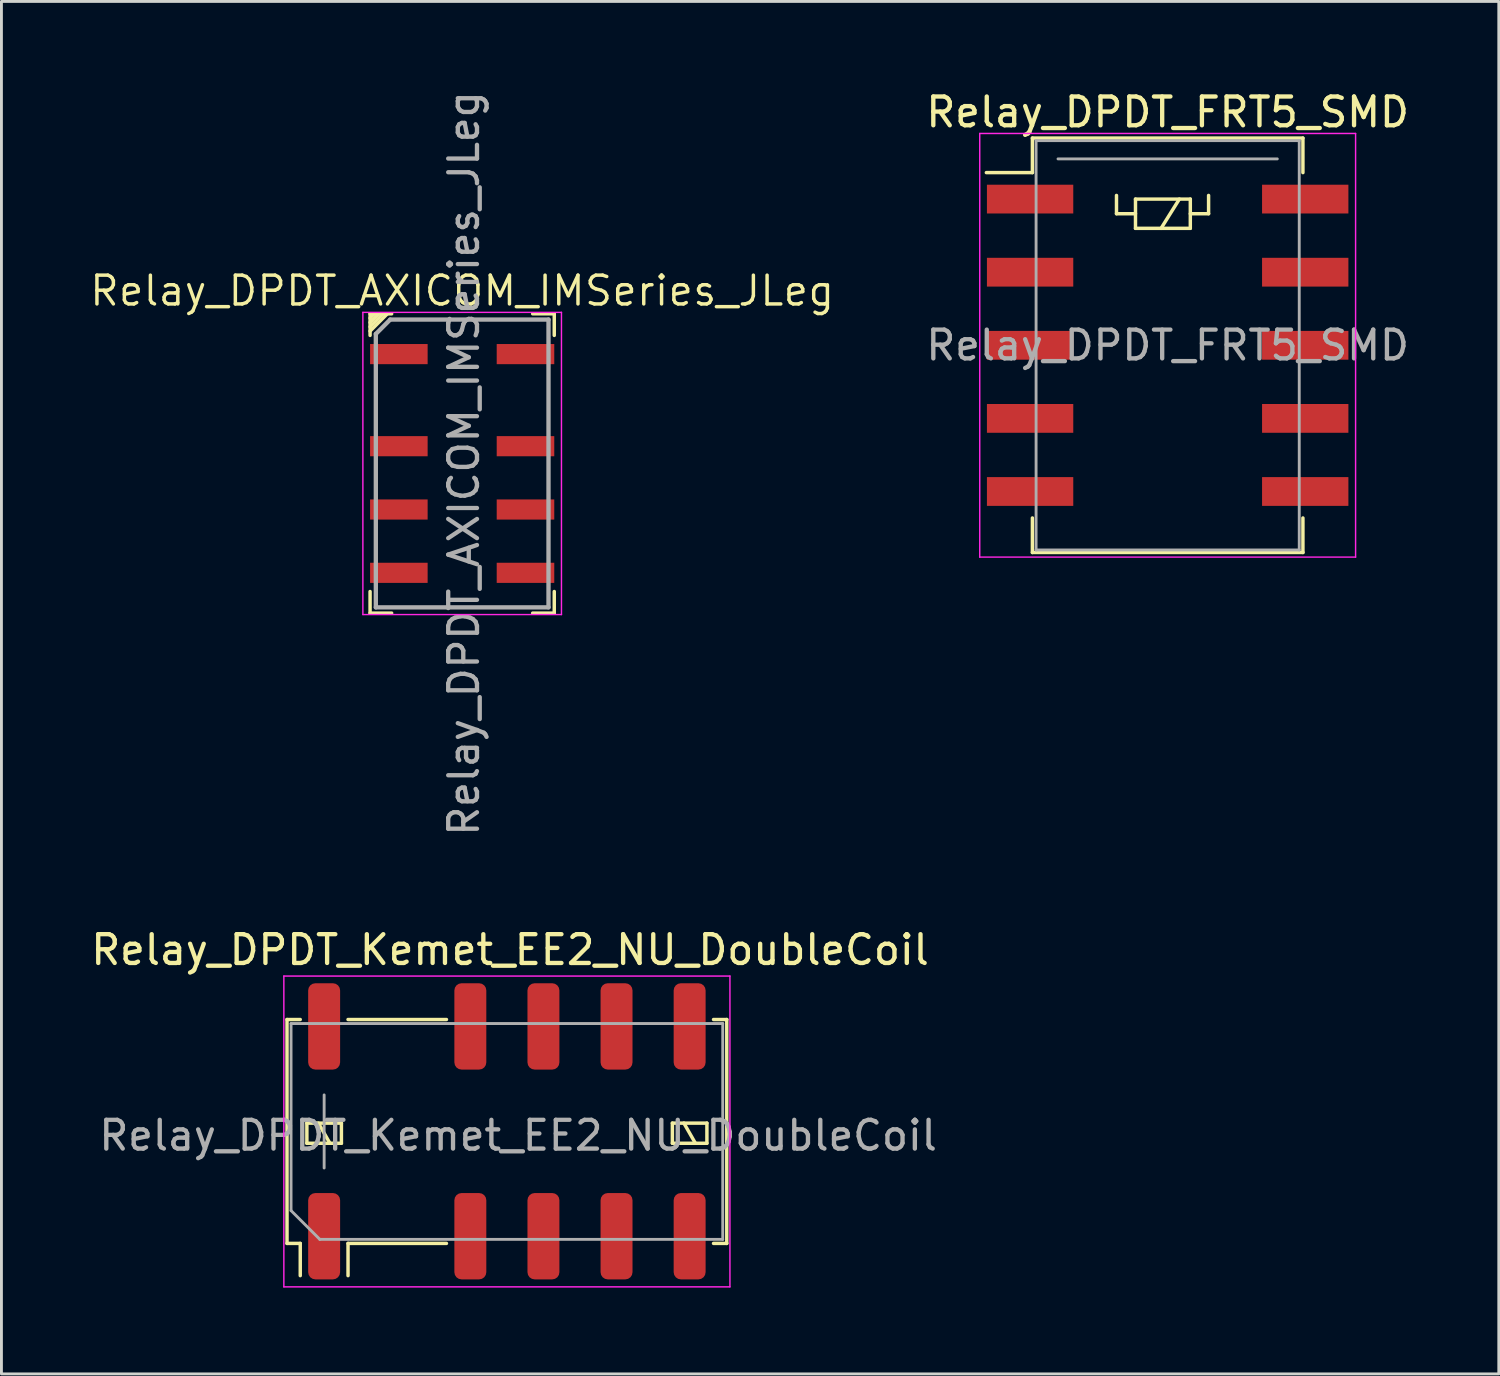
<source format=kicad_pcb>
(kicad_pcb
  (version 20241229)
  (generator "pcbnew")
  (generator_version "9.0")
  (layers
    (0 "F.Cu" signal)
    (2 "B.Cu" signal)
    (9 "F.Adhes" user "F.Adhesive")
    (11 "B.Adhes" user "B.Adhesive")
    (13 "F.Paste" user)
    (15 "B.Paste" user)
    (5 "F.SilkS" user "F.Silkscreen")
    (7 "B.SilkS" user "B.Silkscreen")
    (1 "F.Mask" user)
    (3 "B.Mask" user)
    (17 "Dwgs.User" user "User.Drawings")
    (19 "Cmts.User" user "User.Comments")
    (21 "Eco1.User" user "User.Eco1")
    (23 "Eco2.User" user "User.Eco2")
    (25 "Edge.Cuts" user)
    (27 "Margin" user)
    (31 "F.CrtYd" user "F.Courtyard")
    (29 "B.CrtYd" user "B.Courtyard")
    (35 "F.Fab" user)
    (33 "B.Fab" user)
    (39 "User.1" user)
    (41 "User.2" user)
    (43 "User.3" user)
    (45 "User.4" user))
  (footprint "Relay_DPDT_Kemet_EE2_NU_DoubleCoil"
    (layer "F.Cu")
    (at 14.563 36.26)
    (property "Reference" "Relay_DPDT_Kemet_EE2_NU_DoubleCoil" (at 0.11 -6.305 180) (layer "F.SilkS") (effects (font (size 1 1) (thickness 0.15))))
    (attr smd)
    (fp_line (start -7.64 -3.885) (end -7.64 3.895) (stroke (width 0.12) (type solid)) (layer "F.SilkS"))
    (fp_line (start -7.64 -3.885) (end -7.18 -3.885) (stroke (width 0.12) (type solid)) (layer "F.SilkS"))
    (fp_line (start -7.64 3.895) (end -7.18 3.895) (stroke (width 0.12) (type solid)) (layer "F.SilkS"))
    (fp_line (start -7.18 3.895) (end -7.18 5.015) (stroke (width 0.12) (type solid)) (layer "F.SilkS"))
    (fp_line (start -6.95 -0.285) (end -6.95 0.415) (stroke (width 0.12) (type solid)) (layer "F.SilkS"))
    (fp_line (start -6.95 0.415) (end -5.75 0.415) (stroke (width 0.12) (type solid)) (layer "F.SilkS"))
    (fp_line (start -6.15 0.415) (end -6.55 -0.285) (stroke (width 0.12) (type solid)) (layer "F.SilkS"))
    (fp_line (start -5.75 -0.285) (end -6.95 -0.285) (stroke (width 0.12) (type solid)) (layer "F.SilkS"))
    (fp_line (start -5.75 0.415) (end -5.75 -0.285) (stroke (width 0.12) (type solid)) (layer "F.SilkS"))
    (fp_line (start -5.52 -3.885) (end -2.1 -3.885) (stroke (width 0.12) (type solid)) (layer "F.SilkS"))
    (fp_line (start -5.52 3.895) (end -5.52 5.015) (stroke (width 0.12) (type solid)) (layer "F.SilkS"))
    (fp_line (start -5.52 3.895) (end -2.1 3.895) (stroke (width 0.12) (type solid)) (layer "F.SilkS"))
    (fp_line (start 5.75 -0.285) (end 5.75 0.415) (stroke (width 0.12) (type solid)) (layer "F.SilkS"))
    (fp_line (start 5.75 0.415) (end 6.95 0.415) (stroke (width 0.12) (type solid)) (layer "F.SilkS"))
    (fp_line (start 6.55 0.415) (end 6.15 -0.285) (stroke (width 0.12) (type solid)) (layer "F.SilkS"))
    (fp_line (start 6.95 -0.285) (end 5.75 -0.285) (stroke (width 0.12) (type solid)) (layer "F.SilkS"))
    (fp_line (start 6.95 0.415) (end 6.95 -0.285) (stroke (width 0.12) (type solid)) (layer "F.SilkS"))
    (fp_line (start 7.18 -3.885) (end 7.64 -3.885) (stroke (width 0.12) (type solid)) (layer "F.SilkS"))
    (fp_line (start 7.18 3.895) (end 7.64 3.895) (stroke (width 0.12) (type solid)) (layer "F.SilkS"))
    (fp_line (start 7.64 -3.885) (end 7.64 3.895) (stroke (width 0.12) (type solid)) (layer "F.SilkS"))
    (fp_line (start -7.75 -5.395) (end -7.75 5.405) (stroke (width 0.05) (type solid)) (layer "F.CrtYd"))
    (fp_line (start -7.75 -5.395) (end 7.75 -5.395) (stroke (width 0.05) (type solid)) (layer "F.CrtYd"))
    (fp_line (start -7.75 5.405) (end 7.75 5.405) (stroke (width 0.05) (type solid)) (layer "F.CrtYd"))
    (fp_line (start 7.75 5.405) (end 7.75 -5.395) (stroke (width 0.05) (type solid)) (layer "F.CrtYd"))
    (fp_line (start -7.5 -3.745) (end -7.5 2.755) (stroke (width 0.1) (type solid)) (layer "F.Fab"))
    (fp_line (start -7.5 -3.745) (end 7.5 -3.745) (stroke (width 0.1) (type solid)) (layer "F.Fab"))
    (fp_line (start -6.5 3.755) (end -7.5 2.755) (stroke (width 0.1) (type solid)) (layer "F.Fab"))
    (fp_line (start -6.5 3.755) (end 7.5 3.755) (stroke (width 0.1) (type solid)) (layer "F.Fab"))
    (fp_line (start -6.35 1.275) (end -6.35 -1.265) (stroke (width 0.1) (type solid)) (layer "F.Fab"))
    (fp_line (start 7.5 -3.745) (end 7.5 3.755) (stroke (width 0.1) (type solid)) (layer "F.Fab"))
    (fp_text user "${REFERENCE}" (at 0.39 0.145 180) (layer "F.Fab") (effects (font (size 1 1) (thickness 0.15))))
    (pad "1" smd roundrect (at -6.35 3.645) (size 1.11 3) (layers "F.Cu" "F.Mask" "F.Paste") (roundrect_rratio 0.225))
    (pad "3" smd roundrect (at -1.27 3.645) (size 1.11 3) (layers "F.Cu" "F.Mask" "F.Paste") (roundrect_rratio 0.225))
    (pad "4" smd roundrect (at 1.27 3.645) (size 1.11 3) (layers "F.Cu" "F.Mask" "F.Paste") (roundrect_rratio 0.225))
    (pad "5" smd roundrect (at 3.81 3.645) (size 1.11 3) (layers "F.Cu" "F.Mask" "F.Paste") (roundrect_rratio 0.225))
    (pad "6" smd roundrect (at 6.35 3.645) (size 1.11 3) (layers "F.Cu" "F.Mask" "F.Paste") (roundrect_rratio 0.225))
    (pad "7" smd roundrect (at 6.35 -3.645) (size 1.11 3) (layers "F.Cu" "F.Mask" "F.Paste") (roundrect_rratio 0.225))
    (pad "8" smd roundrect (at 3.81 -3.645) (size 1.11 3) (layers "F.Cu" "F.Mask" "F.Paste") (roundrect_rratio 0.225))
    (pad "9" smd roundrect (at 1.27 -3.645) (size 1.11 3) (layers "F.Cu" "F.Mask" "F.Paste") (roundrect_rratio 0.225))
    (pad "10" smd roundrect (at -1.27 -3.645) (size 1.11 3) (layers "F.Cu" "F.Mask" "F.Paste") (roundrect_rratio 0.225))
    (pad "12" smd roundrect (at -6.35 -3.645) (size 1.11 3) (layers "F.Cu" "F.Mask" "F.Paste") (roundrect_rratio 0.225)))
  (footprint "Relay_DPDT_AXICOM_IMSeries_JLeg"
    (layer "F.Cu")
    (at 13.009 13.054)
    (property "Reference" "Relay_DPDT_AXICOM_IMSeries_JLeg" (at 0 -6 0) (layer "F.SilkS") (effects (font (size 1 1) (thickness 0.12))))
    (attr smd)
    (fp_line (start -3.2 -5.2) (end -3.2 -4.45) (stroke (width 0.12) (type solid)) (layer "F.SilkS"))
    (fp_line (start -3.2 4.45) (end -3.2 5.2) (stroke (width 0.12) (type solid)) (layer "F.SilkS"))
    (fp_line (start -3.2 5.2) (end -2.45 5.2) (stroke (width 0.12) (type solid)) (layer "F.SilkS"))
    (fp_line (start -3.05 -5.2) (end -3.2 -5.05) (stroke (width 0.12) (type solid)) (layer "F.SilkS"))
    (fp_line (start -2.9 -5.2) (end -3.2 -4.9) (stroke (width 0.12) (type solid)) (layer "F.SilkS"))
    (fp_line (start -2.75 -5.2) (end -3.2 -4.75) (stroke (width 0.12) (type solid)) (layer "F.SilkS"))
    (fp_line (start -2.6 -5.2) (end -3.2 -4.6) (stroke (width 0.12) (type solid)) (layer "F.SilkS"))
    (fp_line (start -2.45 -5.2) (end -3.2 -5.2) (stroke (width 0.12) (type solid)) (layer "F.SilkS"))
    (fp_line (start 2.45 -5.2) (end 3.2 -5.2) (stroke (width 0.12) (type solid)) (layer "F.SilkS"))
    (fp_line (start 2.45 5.2) (end 3.2 5.2) (stroke (width 0.12) (type solid)) (layer "F.SilkS"))
    (fp_line (start 3.2 -5.2) (end 3.2 -4.45) (stroke (width 0.12) (type solid)) (layer "F.SilkS"))
    (fp_line (start 3.2 4.45) (end 3.2 5.2) (stroke (width 0.12) (type solid)) (layer "F.SilkS"))
    (fp_line (start -3.45 -5.25) (end -3.45 5.25) (stroke (width 0.05) (type solid)) (layer "F.CrtYd"))
    (fp_line (start -3.45 5.25) (end 3.45 5.25) (stroke (width 0.05) (type solid)) (layer "F.CrtYd"))
    (fp_line (start 3.45 -5.25) (end -3.45 -5.25) (stroke (width 0.05) (type solid)) (layer "F.CrtYd"))
    (fp_line (start 3.45 5.25) (end 3.45 -5.25) (stroke (width 0.05) (type solid)) (layer "F.CrtYd"))
    (fp_line (start -3 -4.5) (end -2.5 -5) (stroke (width 0.15) (type solid)) (layer "F.Fab"))
    (fp_line (start -3 5) (end -3 -4.5) (stroke (width 0.15) (type solid)) (layer "F.Fab"))
    (fp_line (start -2.5 -5) (end 3 -5) (stroke (width 0.15) (type solid)) (layer "F.Fab"))
    (fp_line (start 3 -5) (end 3 5) (stroke (width 0.15) (type solid)) (layer "F.Fab"))
    (fp_line (start 3 5) (end -3 5) (stroke (width 0.15) (type solid)) (layer "F.Fab"))
    (fp_text user "${REFERENCE}" (at 0.06 0 90) (layer "F.Fab") (effects (font (size 1 1) (thickness 0.15))))
    (pad "1" smd rect (at -2.2 -3.8) (size 2 0.7) (layers "F.Cu" "F.Mask" "F.Paste"))
    (pad "2" smd rect (at -2.2 -0.6) (size 2 0.7) (layers "F.Cu" "F.Mask" "F.Paste"))
    (pad "3" smd rect (at -2.2 1.6) (size 2 0.7) (layers "F.Cu" "F.Mask" "F.Paste"))
    (pad "4" smd rect (at -2.2 3.8) (size 2 0.7) (layers "F.Cu" "F.Mask" "F.Paste"))
    (pad "5" smd rect (at 2.2 3.8) (size 2 0.7) (layers "F.Cu" "F.Mask" "F.Paste"))
    (pad "6" smd rect (at 2.2 1.6) (size 2 0.7) (layers "F.Cu" "F.Mask" "F.Paste"))
    (pad "7" smd rect (at 2.2 -0.6) (size 2 0.7) (layers "F.Cu" "F.Mask" "F.Paste"))
    (pad "8" smd rect (at 2.2 -3.8) (size 2 0.7) (layers "F.Cu" "F.Mask" "F.Paste")))
  (footprint "Relay_DPDT_FRT5_SMD"
    (layer "F.Cu")
    (at 37.523 8.948)
    (property "Reference" "Relay_DPDT_FRT5_SMD" (at 0 -8.1 0) (layer "F.SilkS") (effects (font (size 1 1) (thickness 0.15))))
    (attr smd)
    (fp_line (start -4.7 -7.2) (end -4.7 -6) (stroke (width 0.12) (type solid)) (layer "F.SilkS"))
    (fp_line (start -4.7 -7.2) (end 4.7 -7.2) (stroke (width 0.12) (type solid)) (layer "F.SilkS"))
    (fp_line (start -4.7 -6) (end -6.3 -6) (stroke (width 0.12) (type solid)) (layer "F.SilkS"))
    (fp_line (start -4.7 7.2) (end -4.7 6) (stroke (width 0.12) (type solid)) (layer "F.SilkS"))
    (fp_line (start -1.778 -5.207) (end -1.778 -4.572) (stroke (width 0.12) (type solid)) (layer "F.SilkS"))
    (fp_line (start -1.778 -4.572) (end -1.118 -4.572) (stroke (width 0.12) (type solid)) (layer "F.SilkS"))
    (fp_line (start -1.118 -5.08) (end -1.118 -4.064) (stroke (width 0.12) (type solid)) (layer "F.SilkS"))
    (fp_line (start -1.118 -4.064) (end 0.787 -4.064) (stroke (width 0.12) (type solid)) (layer "F.SilkS"))
    (fp_line (start 0.406 -5.08) (end -0.229 -4.064) (stroke (width 0.12) (type solid)) (layer "F.SilkS"))
    (fp_line (start 0.787 -5.08) (end -1.118 -5.08) (stroke (width 0.12) (type solid)) (layer "F.SilkS"))
    (fp_line (start 0.787 -5.08) (end 0.787 -4.064) (stroke (width 0.12) (type solid)) (layer "F.SilkS"))
    (fp_line (start 1.422 -5.207) (end 1.422 -4.572) (stroke (width 0.12) (type solid)) (layer "F.SilkS"))
    (fp_line (start 1.422 -4.572) (end 0.787 -4.572) (stroke (width 0.12) (type solid)) (layer "F.SilkS"))
    (fp_line (start 4.7 -7.2) (end 4.7 -6) (stroke (width 0.12) (type solid)) (layer "F.SilkS"))
    (fp_line (start 4.7 7.2) (end -4.7 7.2) (stroke (width 0.12) (type solid)) (layer "F.SilkS"))
    (fp_line (start 4.7 7.2) (end 4.7 6) (stroke (width 0.12) (type solid)) (layer "F.SilkS"))
    (fp_line (start -6.53 -7.36) (end -6.53 7.36) (stroke (width 0.05) (type solid)) (layer "F.CrtYd"))
    (fp_line (start -6.53 -7.36) (end 6.53 -7.36) (stroke (width 0.05) (type solid)) (layer "F.CrtYd"))
    (fp_line (start 6.53 7.36) (end -6.53 7.36) (stroke (width 0.05) (type solid)) (layer "F.CrtYd"))
    (fp_line (start 6.53 7.36) (end 6.53 -7.36) (stroke (width 0.05) (type solid)) (layer "F.CrtYd"))
    (fp_line (start -4.572 -7.112) (end 4.572 -7.112) (stroke (width 0.1) (type solid)) (layer "F.Fab"))
    (fp_line (start -4.572 7.112) (end -4.572 -7.112) (stroke (width 0.1) (type solid)) (layer "F.Fab"))
    (fp_line (start -3.81 -6.477) (end 3.81 -6.477) (stroke (width 0.1) (type solid)) (layer "F.Fab"))
    (fp_line (start 4.572 -7.112) (end 4.572 7.112) (stroke (width 0.1) (type solid)) (layer "F.Fab"))
    (fp_line (start 4.572 7.112) (end -4.572 7.112) (stroke (width 0.1) (type solid)) (layer "F.Fab"))
    (fp_text user "${REFERENCE}" (at 0 0 0) (layer "F.Fab") (effects (font (size 1 1) (thickness 0.15))))
    (pad "1" smd rect (at -4.78 -5.08) (size 3 1) (layers "F.Cu" "F.Mask" "F.Paste"))
    (pad "2" smd rect (at -4.78 -2.54) (size 3 1) (layers "F.Cu" "F.Mask" "F.Paste"))
    (pad "3" smd rect (at -4.78 0) (size 3 1) (layers "F.Cu" "F.Mask" "F.Paste"))
    (pad "4" smd rect (at -4.78 2.54) (size 3 1) (layers "F.Cu" "F.Mask" "F.Paste"))
    (pad "5" smd rect (at -4.78 5.08) (size 3 1) (layers "F.Cu" "F.Mask" "F.Paste"))
    (pad "6" smd rect (at 4.78 5.08) (size 3 1) (layers "F.Cu" "F.Mask" "F.Paste"))
    (pad "7" smd rect (at 4.78 2.54) (size 3 1) (layers "F.Cu" "F.Mask" "F.Paste"))
    (pad "8" smd rect (at 4.78 0) (size 3 1) (layers "F.Cu" "F.Mask" "F.Paste"))
    (pad "9" smd rect (at 4.78 -2.54) (size 3 1) (layers "F.Cu" "F.Mask" "F.Paste"))
    (pad "10" smd rect (at 4.78 -5.08) (size 3 1) (layers "F.Cu" "F.Mask" "F.Paste")))
  (gr_rect
    (start -3 -3)
    (end 49.029 44.69)
    (stroke (width 0.1) (type default))
    (fill no)
    (layer "Edge.Cuts")))
</source>
